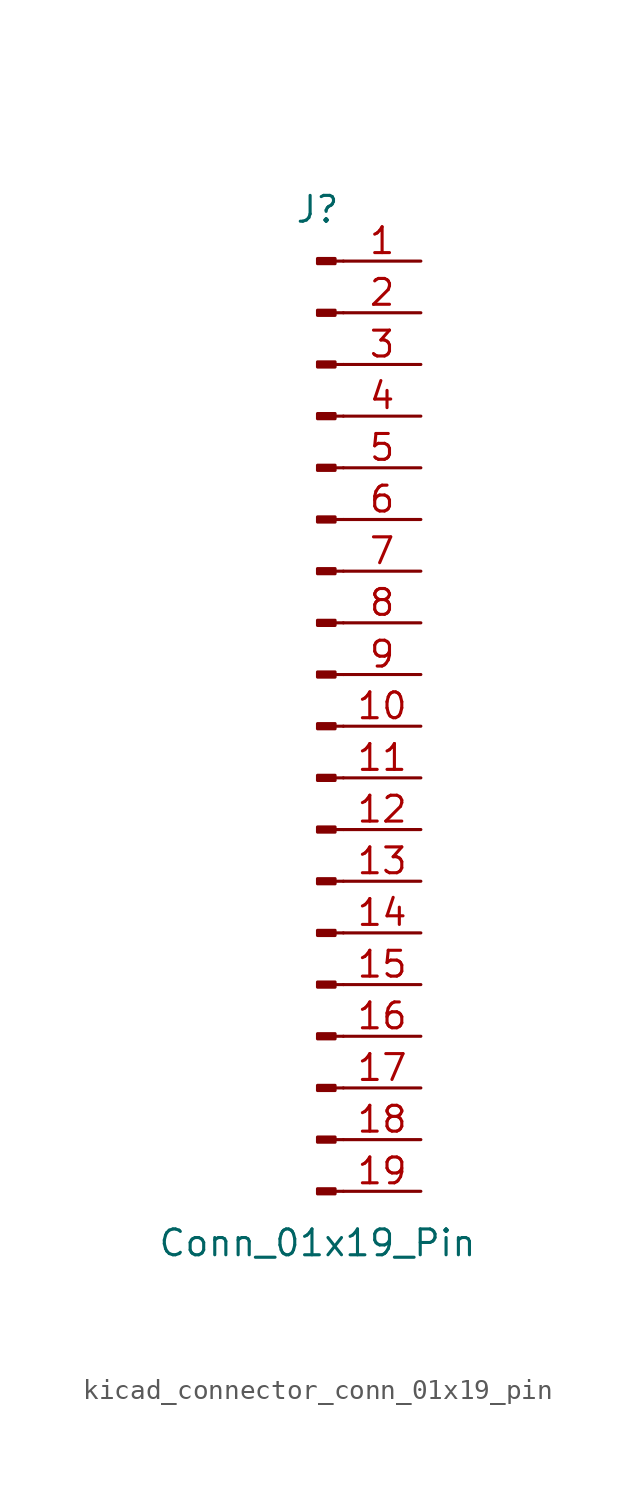
<source format=kicad_sym>
(kicad_symbol_lib
  (version 20220914)
  (generator kicad_symbol_editor)
  (symbol "kicad_connector_conn_01x19_pin"
    (pin_names
      (offset 1.016) hide)
    (property "Reference" "J"
      (at 0 25.4 0)
      (effects (font (size 1.27 1.27))))
    (property "Value" "Conn_01x19_Pin"
      (at 0 -25.4 0)
      (effects (font (size 1.27 1.27))))
    (property "ki_locked" ""
      (at 0 0 0)
      (effects (font (size 1.27 1.27))))
    (symbol "kicad_connector_conn_01x19_pin_1_1"
      (polyline (pts (xy 1.27 -22.86) (xy 0.864 -22.86)) (stroke (width 0.152) (type default)) (fill (type none)))
      (polyline (pts (xy 1.27 -20.32) (xy 0.864 -20.32)) (stroke (width 0.152) (type default)) (fill (type none)))
      (polyline (pts (xy 1.27 -17.78) (xy 0.864 -17.78)) (stroke (width 0.152) (type default)) (fill (type none)))
      (polyline (pts (xy 1.27 -15.24) (xy 0.864 -15.24)) (stroke (width 0.152) (type default)) (fill (type none)))
      (polyline (pts (xy 1.27 -12.7) (xy 0.864 -12.7)) (stroke (width 0.152) (type default)) (fill (type none)))
      (polyline (pts (xy 1.27 -10.16) (xy 0.864 -10.16)) (stroke (width 0.152) (type default)) (fill (type none)))
      (polyline (pts (xy 1.27 -7.62) (xy 0.864 -7.62)) (stroke (width 0.152) (type default)) (fill (type none)))
      (polyline (pts (xy 1.27 -5.08) (xy 0.864 -5.08)) (stroke (width 0.152) (type default)) (fill (type none)))
      (polyline (pts (xy 1.27 -2.54) (xy 0.864 -2.54)) (stroke (width 0.152) (type default)) (fill (type none)))
      (polyline (pts (xy 1.27 0) (xy 0.864 0)) (stroke (width 0.152) (type default)) (fill (type none)))
      (polyline (pts (xy 1.27 2.54) (xy 0.864 2.54)) (stroke (width 0.152) (type default)) (fill (type none)))
      (polyline (pts (xy 1.27 5.08) (xy 0.864 5.08)) (stroke (width 0.152) (type default)) (fill (type none)))
      (polyline (pts (xy 1.27 7.62) (xy 0.864 7.62)) (stroke (width 0.152) (type default)) (fill (type none)))
      (polyline (pts (xy 1.27 10.16) (xy 0.864 10.16)) (stroke (width 0.152) (type default)) (fill (type none)))
      (polyline (pts (xy 1.27 12.7) (xy 0.864 12.7)) (stroke (width 0.152) (type default)) (fill (type none)))
      (polyline (pts (xy 1.27 15.24) (xy 0.864 15.24)) (stroke (width 0.152) (type default)) (fill (type none)))
      (polyline (pts (xy 1.27 17.78) (xy 0.864 17.78)) (stroke (width 0.152) (type default)) (fill (type none)))
      (polyline (pts (xy 1.27 20.32) (xy 0.864 20.32)) (stroke (width 0.152) (type default)) (fill (type none)))
      (polyline (pts (xy 1.27 22.86) (xy 0.864 22.86)) (stroke (width 0.152) (type default)) (fill (type none)))
      (rectangle (start 0.864 -22.733) (end 0 -22.987) (stroke (width 0.152) (type default)) (fill (type outline)))
      (rectangle (start 0.864 -20.193) (end 0 -20.447) (stroke (width 0.152) (type default)) (fill (type outline)))
      (rectangle (start 0.864 -17.653) (end 0 -17.907) (stroke (width 0.152) (type default)) (fill (type outline)))
      (rectangle (start 0.864 -15.113) (end 0 -15.367) (stroke (width 0.152) (type default)) (fill (type outline)))
      (rectangle (start 0.864 -12.573) (end 0 -12.827) (stroke (width 0.152) (type default)) (fill (type outline)))
      (rectangle (start 0.864 -10.033) (end 0 -10.287) (stroke (width 0.152) (type default)) (fill (type outline)))
      (rectangle (start 0.864 -7.493) (end 0 -7.747) (stroke (width 0.152) (type default)) (fill (type outline)))
      (rectangle (start 0.864 -4.953) (end 0 -5.207) (stroke (width 0.152) (type default)) (fill (type outline)))
      (rectangle (start 0.864 -2.413) (end 0 -2.667) (stroke (width 0.152) (type default)) (fill (type outline)))
      (rectangle (start 0.864 0.127) (end 0 -0.127) (stroke (width 0.152) (type default)) (fill (type outline)))
      (rectangle (start 0.864 2.667) (end 0 2.413) (stroke (width 0.152) (type default)) (fill (type outline)))
      (rectangle (start 0.864 5.207) (end 0 4.953) (stroke (width 0.152) (type default)) (fill (type outline)))
      (rectangle (start 0.864 7.747) (end 0 7.493) (stroke (width 0.152) (type default)) (fill (type outline)))
      (rectangle (start 0.864 10.287) (end 0 10.033) (stroke (width 0.152) (type default)) (fill (type outline)))
      (rectangle (start 0.864 12.827) (end 0 12.573) (stroke (width 0.152) (type default)) (fill (type outline)))
      (rectangle (start 0.864 15.367) (end 0 15.113) (stroke (width 0.152) (type default)) (fill (type outline)))
      (rectangle (start 0.864 17.907) (end 0 17.653) (stroke (width 0.152) (type default)) (fill (type outline)))
      (rectangle (start 0.864 20.447) (end 0 20.193) (stroke (width 0.152) (type default)) (fill (type outline)))
      (rectangle (start 0.864 22.987) (end 0 22.733) (stroke (width 0.152) (type default)) (fill (type outline)))
      (pin passive line (at 5.08 22.86 180) (length 3.81) (name "Pin_1" (effects (font (size 1.27 1.27)))) (number "1" (effects (font (size 1.27 1.27)))))
      (pin passive line (at 5.08 0 180) (length 3.81) (name "Pin_10" (effects (font (size 1.27 1.27)))) (number "10" (effects (font (size 1.27 1.27)))))
      (pin passive line (at 5.08 -2.54 180) (length 3.81) (name "Pin_11" (effects (font (size 1.27 1.27)))) (number "11" (effects (font (size 1.27 1.27)))))
      (pin passive line (at 5.08 -5.08 180) (length 3.81) (name "Pin_12" (effects (font (size 1.27 1.27)))) (number "12" (effects (font (size 1.27 1.27)))))
      (pin passive line (at 5.08 -7.62 180) (length 3.81) (name "Pin_13" (effects (font (size 1.27 1.27)))) (number "13" (effects (font (size 1.27 1.27)))))
      (pin passive line (at 5.08 -10.16 180) (length 3.81) (name "Pin_14" (effects (font (size 1.27 1.27)))) (number "14" (effects (font (size 1.27 1.27)))))
      (pin passive line (at 5.08 -12.7 180) (length 3.81) (name "Pin_15" (effects (font (size 1.27 1.27)))) (number "15" (effects (font (size 1.27 1.27)))))
      (pin passive line (at 5.08 -15.24 180) (length 3.81) (name "Pin_16" (effects (font (size 1.27 1.27)))) (number "16" (effects (font (size 1.27 1.27)))))
      (pin passive line (at 5.08 -17.78 180) (length 3.81) (name "Pin_17" (effects (font (size 1.27 1.27)))) (number "17" (effects (font (size 1.27 1.27)))))
      (pin passive line (at 5.08 -20.32 180) (length 3.81) (name "Pin_18" (effects (font (size 1.27 1.27)))) (number "18" (effects (font (size 1.27 1.27)))))
      (pin passive line (at 5.08 -22.86 180) (length 3.81) (name "Pin_19" (effects (font (size 1.27 1.27)))) (number "19" (effects (font (size 1.27 1.27)))))
      (pin passive line (at 5.08 20.32 180) (length 3.81) (name "Pin_2" (effects (font (size 1.27 1.27)))) (number "2" (effects (font (size 1.27 1.27)))))
      (pin passive line (at 5.08 17.78 180) (length 3.81) (name "Pin_3" (effects (font (size 1.27 1.27)))) (number "3" (effects (font (size 1.27 1.27)))))
      (pin passive line (at 5.08 15.24 180) (length 3.81) (name "Pin_4" (effects (font (size 1.27 1.27)))) (number "4" (effects (font (size 1.27 1.27)))))
      (pin passive line (at 5.08 12.7 180) (length 3.81) (name "Pin_5" (effects (font (size 1.27 1.27)))) (number "5" (effects (font (size 1.27 1.27)))))
      (pin passive line (at 5.08 10.16 180) (length 3.81) (name "Pin_6" (effects (font (size 1.27 1.27)))) (number "6" (effects (font (size 1.27 1.27)))))
      (pin passive line (at 5.08 7.62 180) (length 3.81) (name "Pin_7" (effects (font (size 1.27 1.27)))) (number "7" (effects (font (size 1.27 1.27)))))
      (pin passive line (at 5.08 5.08 180) (length 3.81) (name "Pin_8" (effects (font (size 1.27 1.27)))) (number "8" (effects (font (size 1.27 1.27)))))
      (pin passive line (at 5.08 2.54 180) (length 3.81) (name "Pin_9" (effects (font (size 1.27 1.27)))) (number "9" (effects (font (size 1.27 1.27))))))))
</source>
